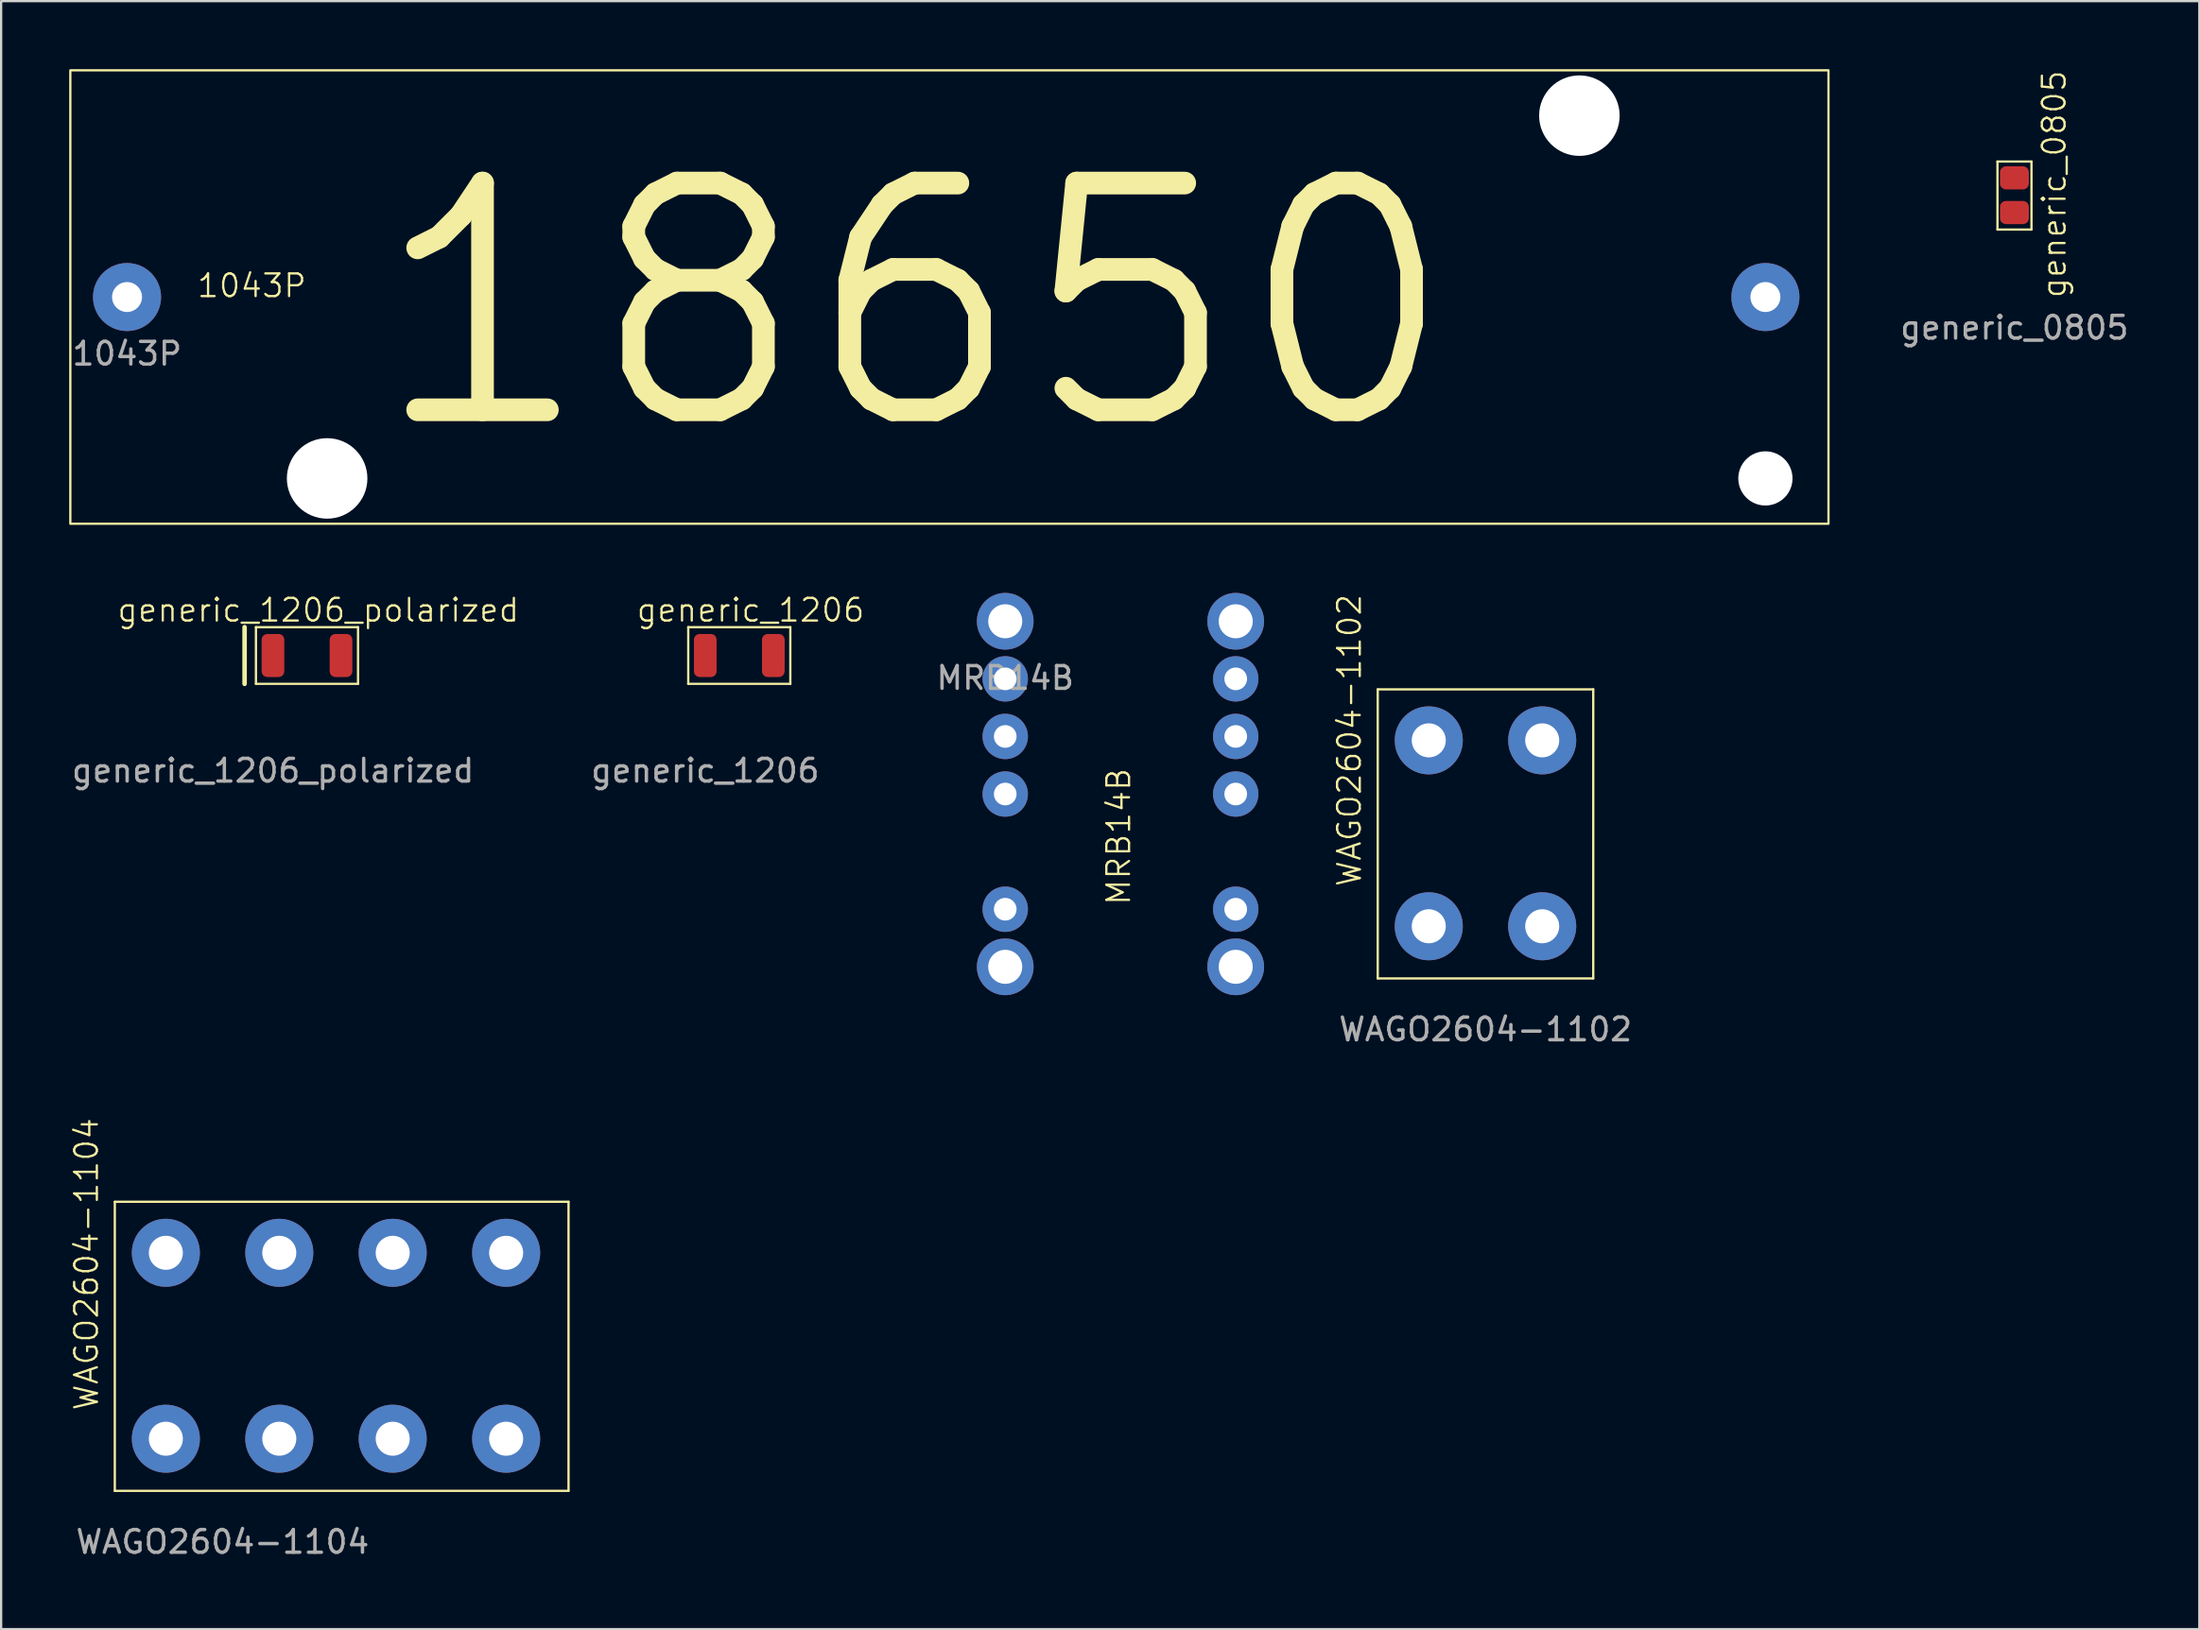
<source format=kicad_pcb>
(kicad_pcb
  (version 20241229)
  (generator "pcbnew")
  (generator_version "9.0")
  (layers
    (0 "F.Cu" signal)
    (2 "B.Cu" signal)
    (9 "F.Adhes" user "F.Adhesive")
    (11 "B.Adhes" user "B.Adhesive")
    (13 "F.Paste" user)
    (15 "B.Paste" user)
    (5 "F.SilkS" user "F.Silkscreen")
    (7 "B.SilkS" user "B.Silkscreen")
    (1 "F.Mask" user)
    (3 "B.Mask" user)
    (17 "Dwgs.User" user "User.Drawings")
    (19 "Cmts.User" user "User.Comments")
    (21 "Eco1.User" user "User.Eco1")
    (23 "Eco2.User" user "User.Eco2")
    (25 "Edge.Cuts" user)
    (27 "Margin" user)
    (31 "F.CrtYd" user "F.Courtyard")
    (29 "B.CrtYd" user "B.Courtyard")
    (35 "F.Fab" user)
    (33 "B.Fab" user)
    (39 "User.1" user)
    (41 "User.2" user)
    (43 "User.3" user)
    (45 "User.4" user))
  (footprint "generic_1206_polarized"
    (layer "F.Cu")
    (at 8.982 25.86)
    (property "Reference" "generic_1206_polarized" (at 2 -2 0) (unlocked yes) (layer "F.SilkS") (effects (font (size 1 1) (thickness 0.1))))
    (attr smd)
    (fp_line (start -1.25 -1.25) (end -1.25 1.25) (stroke (width 0.2) (type default)) (layer "F.SilkS"))
    (fp_line (start -0.75 -1.25) (end -0.75 1.25) (stroke (width 0.1) (type default)) (layer "F.SilkS"))
    (fp_line (start -0.75 1.25) (end 3.75 1.25) (stroke (width 0.1) (type default)) (layer "F.SilkS"))
    (fp_line (start 3.75 -1.25) (end -0.75 -1.25) (stroke (width 0.1) (type default)) (layer "F.SilkS"))
    (fp_line (start 3.75 1.25) (end 3.75 -1.25) (stroke (width 0.1) (type default)) (layer "F.SilkS"))
    (fp_text user "${REFERENCE}" (at 0 5.08 0) (unlocked yes) (layer "F.Fab") (effects (font (size 1 1) (thickness 0.15))))
    (pad "1" smd roundrect (at 0 0) (size 1 1.9) (layers "F.Cu" "F.Mask" "F.Paste") (roundrect_rratio 0.25))
    (pad "2" smd roundrect (at 3 0) (size 1 1.9) (layers "F.Cu" "F.Mask" "F.Paste") (roundrect_rratio 0.25)))
  (footprint "generic_0805"
    (layer "F.Cu")
    (at 85.749 6.324)
    (property "Reference" "generic_0805" (at 1.75 -1.25 90) (unlocked yes) (layer "F.SilkS") (effects (font (size 1 1) (thickness 0.1))))
    (attr smd)
    (fp_line (start -0.75 -2.25) (end -0.75 0.75) (stroke (width 0.1) (type default)) (layer "F.SilkS"))
    (fp_line (start -0.75 0.75) (end 0.75 0.75) (stroke (width 0.1) (type default)) (layer "F.SilkS"))
    (fp_line (start 0.75 -2.25) (end -0.75 -2.25) (stroke (width 0.1) (type default)) (layer "F.SilkS"))
    (fp_line (start 0.75 0.75) (end 0.75 -2.25) (stroke (width 0.1) (type default)) (layer "F.SilkS"))
    (fp_text user "${REFERENCE}" (at 0 5.08 0) (unlocked yes) (layer "F.Fab") (effects (font (size 1 1) (thickness 0.15))))
    (pad "1" smd roundrect (at 0 0) (size 1.27 1.02) (layers "F.Cu" "F.Mask" "F.Paste") (roundrect_rratio 0.25))
    (pad "2" smd roundrect (at 0 -1.53) (size 1.27 1.02) (layers "F.Cu" "F.Mask" "F.Paste") (roundrect_rratio 0.25)))
  (footprint "WAGO2604-1104"
    (layer "F.Cu")
    (at 4.261 52.203)
    (property "Reference" "WAGO2604-1104" (at -3.5 0.5 90) (unlocked yes) (layer "F.SilkS") (effects (font (size 1 1) (thickness 0.1))))
    (attr through_hole)
    (fp_line (start -2.25 -2.25) (end 17.75 -2.25) (stroke (width 0.1) (type default)) (layer "F.SilkS"))
    (fp_line (start -2.25 10.5) (end -2.25 -2.25) (stroke (width 0.1) (type default)) (layer "F.SilkS"))
    (fp_line (start 17.75 -2.25) (end 17.75 10.5) (stroke (width 0.1) (type default)) (layer "F.SilkS"))
    (fp_line (start 17.75 10.5) (end -2.25 10.5) (stroke (width 0.1) (type default)) (layer "F.SilkS"))
    (fp_text user "${REFERENCE}" (at 2.5 12.75 0) (unlocked yes) (layer "F.Fab") (effects (font (size 1 1) (thickness 0.15))))
    (pad "1" thru_hole circle (at 0 0) (size 3 3) (drill 1.5) (layers "*.Cu" "*.Mask"))
    (pad "1" thru_hole circle (at 0 8.2) (size 3 3) (drill 1.5) (layers "*.Cu" "*.Mask"))
    (pad "2" thru_hole circle (at 5 0) (size 3 3) (drill 1.5) (layers "*.Cu" "*.Mask"))
    (pad "2" thru_hole circle (at 5 8.2) (size 3 3) (drill 1.5) (layers "*.Cu" "*.Mask"))
    (pad "3" thru_hole circle (at 10 0) (size 3 3) (drill 1.5) (layers "*.Cu" "*.Mask"))
    (pad "3" thru_hole circle (at 10 8.2) (size 3 3) (drill 1.5) (layers "*.Cu" "*.Mask"))
    (pad "4" thru_hole circle (at 15 0) (size 3 3) (drill 1.5) (layers "*.Cu" "*.Mask"))
    (pad "4" thru_hole circle (at 15 8.2) (size 3 3) (drill 1.5) (layers "*.Cu" "*.Mask")))
  (footprint "WAGO2604-1102"
    (layer "F.Cu")
    (at 59.931 29.602)
    (property "Reference" "WAGO2604-1102" (at -3.5 0 90) (unlocked yes) (layer "F.SilkS") (effects (font (size 1 1) (thickness 0.1))))
    (attr through_hole)
    (fp_line (start -2.25 -2.25) (end 7.25 -2.25) (stroke (width 0.1) (type default)) (layer "F.SilkS"))
    (fp_line (start -2.25 10.5) (end -2.25 -2.25) (stroke (width 0.1) (type default)) (layer "F.SilkS"))
    (fp_line (start 7.25 -2.25) (end 7.25 10.5) (stroke (width 0.1) (type default)) (layer "F.SilkS"))
    (fp_line (start 7.25 10.5) (end -2.25 10.5) (stroke (width 0.1) (type default)) (layer "F.SilkS"))
    (fp_text user "${REFERENCE}" (at 2.5 12.75 0) (unlocked yes) (layer "F.Fab") (effects (font (size 1 1) (thickness 0.15))))
    (pad "1" thru_hole circle (at 0 0) (size 3 3) (drill 1.5) (layers "*.Cu" "*.Mask"))
    (pad "1" thru_hole circle (at 0 8.2) (size 3 3) (drill 1.5) (layers "*.Cu" "*.Mask"))
    (pad "2" thru_hole circle (at 5 0) (size 3 3) (drill 1.5) (layers "*.Cu" "*.Mask"))
    (pad "2" thru_hole circle (at 5 8.2) (size 3 3) (drill 1.5) (layers "*.Cu" "*.Mask")))
  (footprint "generic_1206"
    (layer "F.Cu")
    (at 28.038 25.86)
    (property "Reference" "generic_1206" (at 2 -2 0) (unlocked yes) (layer "F.SilkS") (effects (font (size 1 1) (thickness 0.1))))
    (attr smd)
    (fp_line (start -0.75 -1.25) (end -0.75 1.25) (stroke (width 0.1) (type default)) (layer "F.SilkS"))
    (fp_line (start -0.75 1.25) (end 3.75 1.25) (stroke (width 0.1) (type default)) (layer "F.SilkS"))
    (fp_line (start 3.75 -1.25) (end -0.75 -1.25) (stroke (width 0.1) (type default)) (layer "F.SilkS"))
    (fp_line (start 3.75 1.25) (end 3.75 -1.25) (stroke (width 0.1) (type default)) (layer "F.SilkS"))
    (fp_text user "${REFERENCE}" (at 0 5.08 0) (unlocked yes) (layer "F.Fab") (effects (font (size 1 1) (thickness 0.15))))
    (pad "1" smd roundrect (at 0 0) (size 1 1.9) (layers "F.Cu" "F.Mask" "F.Paste") (roundrect_rratio 0.25))
    (pad "2" smd roundrect (at 3 0) (size 1 1.9) (layers "F.Cu" "F.Mask" "F.Paste") (roundrect_rratio 0.25)))
  (footprint "1043P"
    (layer "F.Cu")
    (at 2.55 10.05)
    (property "Reference" "1043P" (at 5.5 -0.5 0) (unlocked yes) (layer "F.SilkS") (effects (font (size 1 1) (thickness 0.1))))
    (attr through_hole)
    (fp_rect (start -2.5 10) (end 75 -10) (stroke (width 0.1) (type default)) (fill no) (layer "F.SilkS"))
    (fp_text user "18650" (at 10.25 6.25 0) (unlocked yes) (layer "F.SilkS") (effects (font (size 10 10) (thickness 1)) (justify left bottom)))
    (fp_text user "${REFERENCE}" (at 0 2.5 0) (unlocked yes) (layer "F.Fab") (effects (font (size 1 1) (thickness 0.15))))
    (pad "" np_thru_hole circle (at 8.82 8) (size 3.55 3.55) (drill 3.55) (layers "*.Cu" "*.Mask"))
    (pad "" np_thru_hole circle (at 64.02 -8) (size 3.55 3.55) (drill 3.55) (layers "*.Cu" "*.Mask"))
    (pad "" np_thru_hole circle (at 72.22 8) (size 2.39 2.39) (drill 2.39) (layers "*.Cu" "*.Mask"))
    (pad "1" thru_hole circle (at 0 0) (size 3 3) (drill 1.32) (layers "*.Cu" "*.Mask"))
    (pad "2" thru_hole circle (at 72.22 0) (size 3 3) (drill 1.32) (layers "*.Cu" "*.Mask")))
  (footprint "MRB14B"
    (layer "F.Cu")
    (at 41.261 24.35)
    (property "Reference" "MRB14B" (at 5 9.5 90) (unlocked yes) (layer "F.SilkS") (effects (font (size 1 1) (thickness 0.1))))
    (attr through_hole)
    (fp_text user "${REFERENCE}" (at 0 2.5 0) (unlocked yes) (layer "F.Fab") (effects (font (size 1 1) (thickness 0.15))))
    (pad "" thru_hole circle (at 0 0) (size 2.5 2.5) (drill 1.5) (layers "*.Cu" "*.Mask"))
    (pad "" thru_hole circle (at 0 15.24) (size 2.5 2.5) (drill 1.5) (layers "*.Cu" "*.Mask"))
    (pad "" thru_hole circle (at 10.16 0) (size 2.5 2.5) (drill 1.5) (layers "*.Cu" "*.Mask"))
    (pad "" thru_hole circle (at 10.16 15.24) (size 2.5 2.5) (drill 1.5) (layers "*.Cu" "*.Mask"))
    (pad "1" thru_hole circle (at 10.16 2.54) (size 2 2) (drill 1) (layers "*.Cu" "*.Mask"))
    (pad "2" thru_hole circle (at 10.16 5.08) (size 2 2) (drill 1) (layers "*.Cu" "*.Mask"))
    (pad "3" thru_hole circle (at 10.16 7.62) (size 2 2) (drill 1) (layers "*.Cu" "*.Mask"))
    (pad "4" thru_hole circle (at 10.16 12.7) (size 2 2) (drill 1) (layers "*.Cu" "*.Mask"))
    (pad "5" thru_hole circle (at 0 12.7) (size 2 2) (drill 1) (layers "*.Cu" "*.Mask"))
    (pad "6" thru_hole circle (at 0 7.62) (size 2 2) (drill 1) (layers "*.Cu" "*.Mask"))
    (pad "7" thru_hole circle (at 0 5.08) (size 2 2) (drill 1) (layers "*.Cu" "*.Mask"))
    (pad "8" thru_hole circle (at 0 2.54) (size 2 2) (drill 1) (layers "*.Cu" "*.Mask")))
  (gr_rect
    (start -3 -3)
    (end 93.898 68.801)
    (stroke (width 0.1) (type default))
    (fill no)
    (layer "Edge.Cuts")))
</source>
